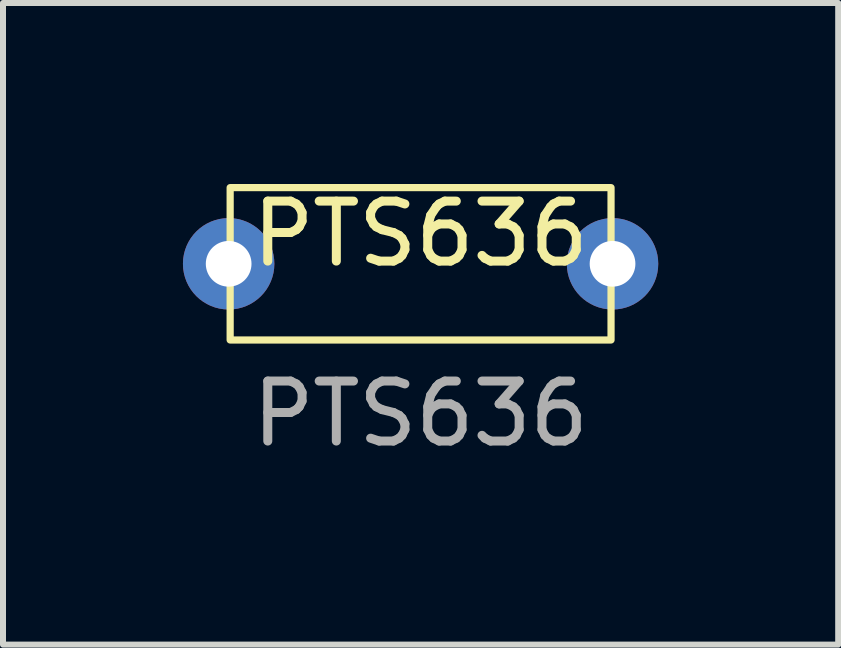
<source format=kicad_pcb>
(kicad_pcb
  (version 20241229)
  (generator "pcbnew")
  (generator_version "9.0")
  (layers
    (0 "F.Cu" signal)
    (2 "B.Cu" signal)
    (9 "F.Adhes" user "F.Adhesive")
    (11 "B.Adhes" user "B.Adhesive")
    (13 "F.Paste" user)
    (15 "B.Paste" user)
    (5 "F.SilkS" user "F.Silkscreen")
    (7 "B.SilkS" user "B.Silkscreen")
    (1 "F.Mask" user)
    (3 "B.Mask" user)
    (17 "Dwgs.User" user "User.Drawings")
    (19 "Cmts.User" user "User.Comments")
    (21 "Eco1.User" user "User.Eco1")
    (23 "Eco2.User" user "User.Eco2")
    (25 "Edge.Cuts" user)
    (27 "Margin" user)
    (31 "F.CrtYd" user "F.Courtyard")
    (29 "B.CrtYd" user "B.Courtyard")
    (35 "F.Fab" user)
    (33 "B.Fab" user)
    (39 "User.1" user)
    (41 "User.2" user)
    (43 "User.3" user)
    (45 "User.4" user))
  (footprint "PTS636"
    (layer "F.Cu")
    (at 3.962 1.348)
    (property "Reference" "PTS636" (at 0 -0.5 0) (unlocked yes) (layer "F.SilkS") (effects (font (size 1 1) (thickness 0.15))))
    (attr through_hole)
    (fp_rect (start -3.175 -1.27) (end 3.175 1.27) (stroke (width 0.12) (type solid)) (fill no) (layer "F.SilkS"))
    (fp_text user "${REFERENCE}" (at 0 2.5 0) (unlocked yes) (layer "F.Fab") (effects (font (size 1 1) (thickness 0.15))))
    (pad "1" thru_hole circle (at -3.2 0) (size 1.524 1.524) (drill 0.762) (layers "*.Cu" "*.Mask"))
    (pad "2" thru_hole circle (at 3.2 0) (size 1.524 1.524) (drill 0.762) (layers "*.Cu" "*.Mask")))
  (gr_rect
    (start -3 -3)
    (end 10.924 7.697)
    (stroke (width 0.1) (type default))
    (fill no)
    (layer "Edge.Cuts")))
</source>
